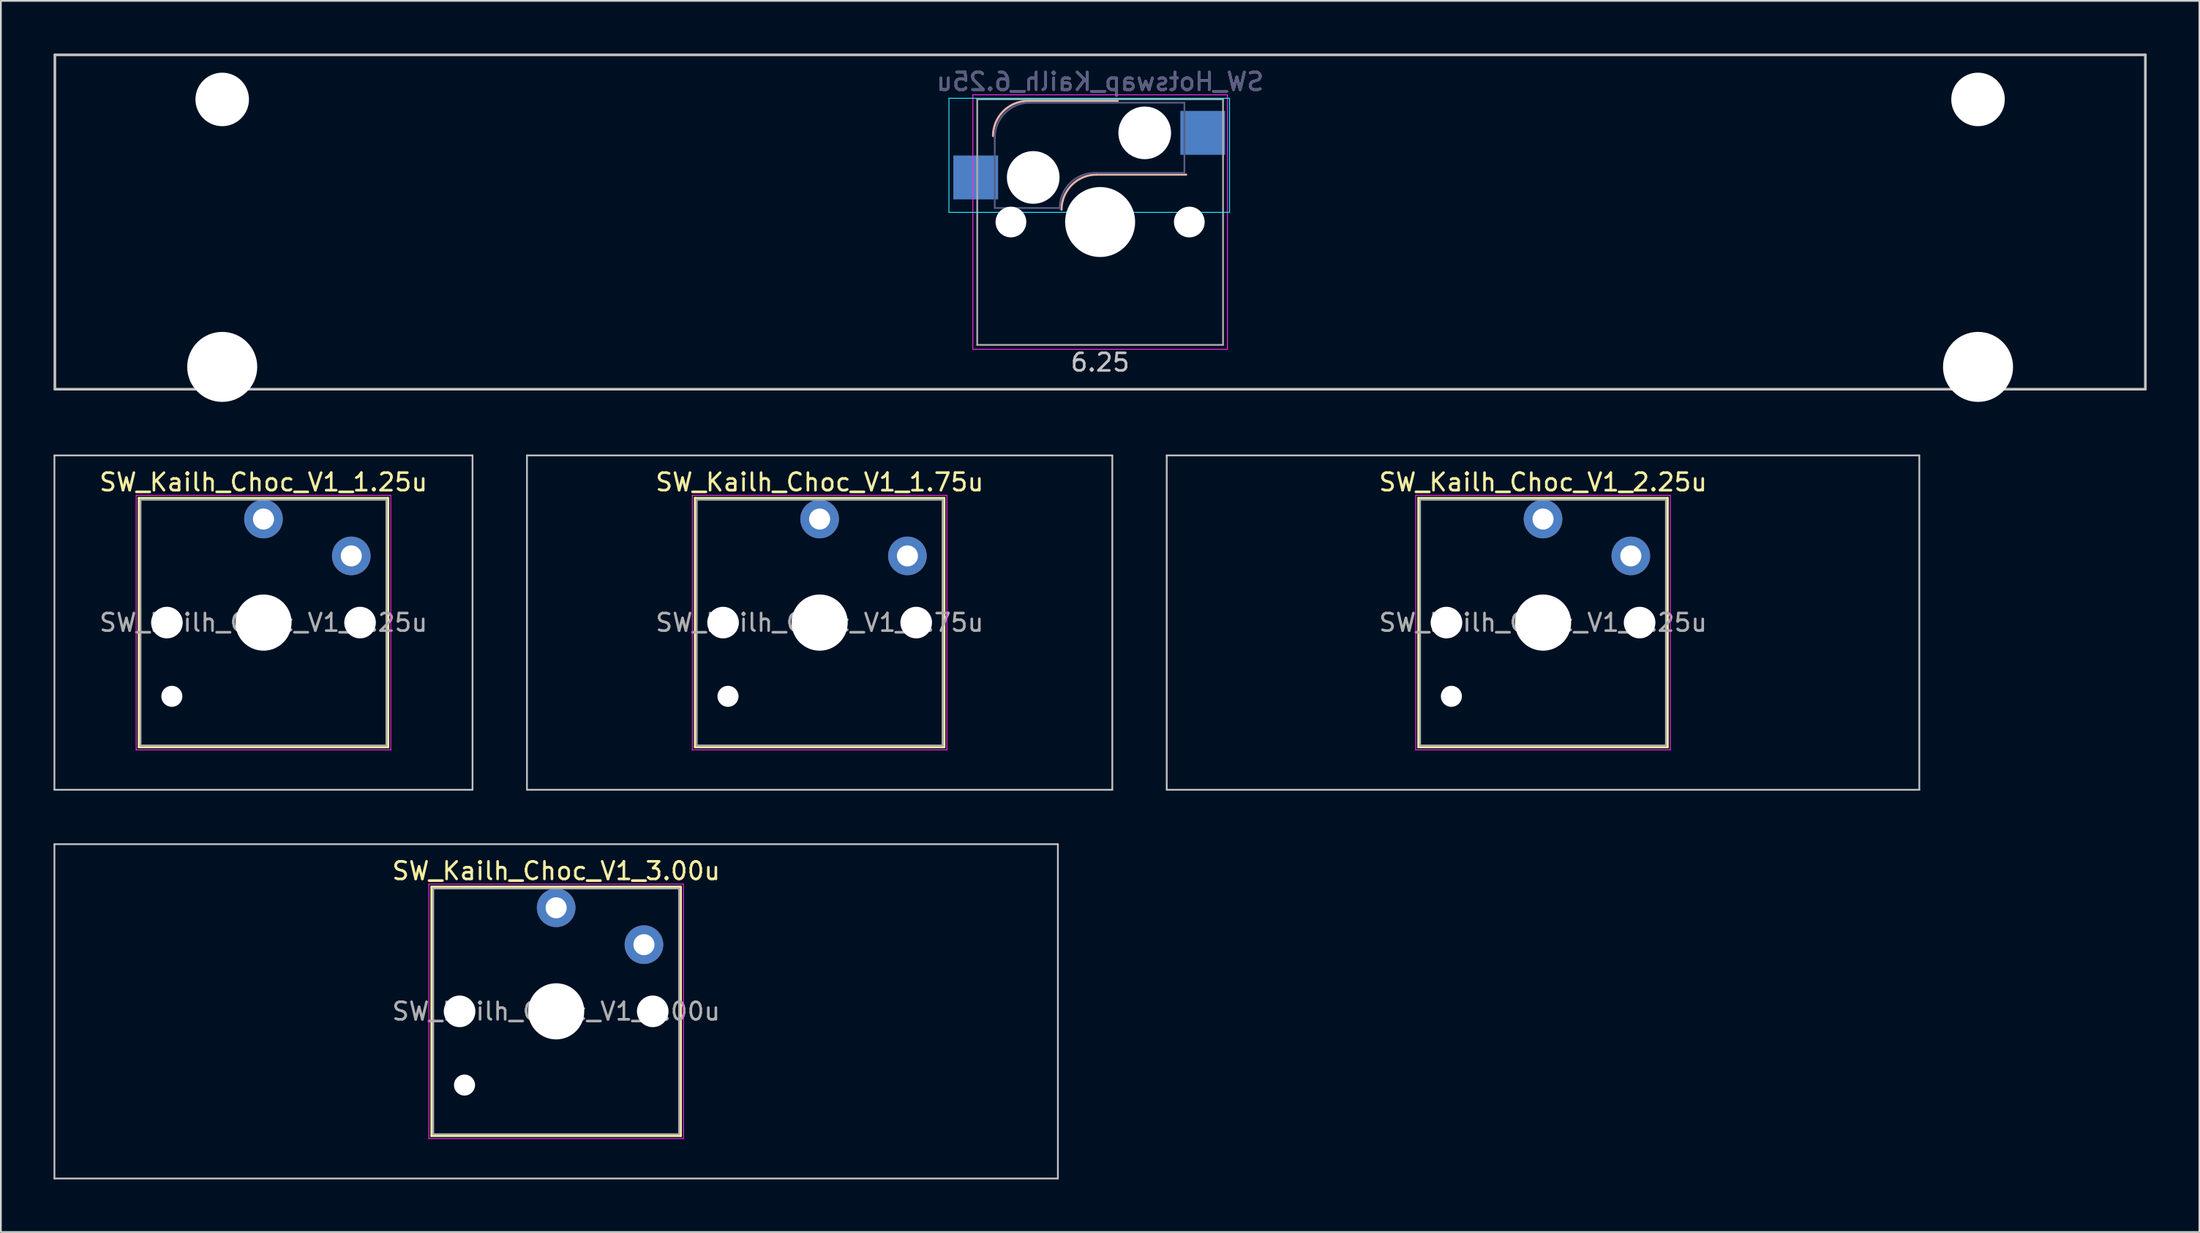
<source format=kicad_pcb>
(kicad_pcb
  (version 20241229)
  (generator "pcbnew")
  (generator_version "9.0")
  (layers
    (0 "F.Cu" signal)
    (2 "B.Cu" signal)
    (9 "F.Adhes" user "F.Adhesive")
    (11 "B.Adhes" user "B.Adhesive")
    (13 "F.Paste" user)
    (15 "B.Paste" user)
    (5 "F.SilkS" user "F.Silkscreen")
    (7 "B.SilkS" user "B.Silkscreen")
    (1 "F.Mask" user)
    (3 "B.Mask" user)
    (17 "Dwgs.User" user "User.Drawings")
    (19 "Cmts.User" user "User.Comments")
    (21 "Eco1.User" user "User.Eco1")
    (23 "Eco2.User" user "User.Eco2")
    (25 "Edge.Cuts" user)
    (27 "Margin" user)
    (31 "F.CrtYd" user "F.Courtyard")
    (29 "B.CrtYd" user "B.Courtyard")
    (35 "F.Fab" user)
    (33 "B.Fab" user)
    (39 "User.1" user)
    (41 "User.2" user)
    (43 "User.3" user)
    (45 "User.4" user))
  (footprint "SW_Kailh_Choc_V1_1.75u"
    (layer "F.Cu")
    (at 43.631 32.424)
    (property "Reference" "SW_Kailh_Choc_V1_1.75u" (at 0 -8 0) (layer "F.SilkS") (effects (font (size 1 1) (thickness 0.15))))
    (attr through_hole)
    (fp_line (start -7.1 -7.1) (end -7.1 7.1) (stroke (width 0.12) (type solid)) (layer "F.SilkS"))
    (fp_line (start -7.1 7.1) (end 7.1 7.1) (stroke (width 0.12) (type solid)) (layer "F.SilkS"))
    (fp_line (start 7.1 -7.1) (end -7.1 -7.1) (stroke (width 0.12) (type solid)) (layer "F.SilkS"))
    (fp_line (start 7.1 7.1) (end 7.1 -7.1) (stroke (width 0.12) (type solid)) (layer "F.SilkS"))
    (fp_line (start -16.669 -9.525) (end -16.669 9.525) (stroke (width 0.1) (type solid)) (layer "Dwgs.User"))
    (fp_line (start -16.669 9.525) (end 16.669 9.525) (stroke (width 0.1) (type solid)) (layer "Dwgs.User"))
    (fp_line (start 16.669 -9.525) (end -16.669 -9.525) (stroke (width 0.1) (type solid)) (layer "Dwgs.User"))
    (fp_line (start 16.669 9.525) (end 16.669 -9.525) (stroke (width 0.1) (type solid)) (layer "Dwgs.User"))
    (fp_line (start -7.25 -7.25) (end -7.25 7.25) (stroke (width 0.05) (type solid)) (layer "F.CrtYd"))
    (fp_line (start -7.25 7.25) (end 7.25 7.25) (stroke (width 0.05) (type solid)) (layer "F.CrtYd"))
    (fp_line (start 7.25 -7.25) (end -7.25 -7.25) (stroke (width 0.05) (type solid)) (layer "F.CrtYd"))
    (fp_line (start 7.25 7.25) (end 7.25 -7.25) (stroke (width 0.05) (type solid)) (layer "F.CrtYd"))
    (fp_line (start -7 -7) (end -7 7) (stroke (width 0.1) (type solid)) (layer "F.Fab"))
    (fp_line (start -7 7) (end 7 7) (stroke (width 0.1) (type solid)) (layer "F.Fab"))
    (fp_line (start 7 -7) (end -7 -7) (stroke (width 0.1) (type solid)) (layer "F.Fab"))
    (fp_line (start 7 7) (end 7 -7) (stroke (width 0.1) (type solid)) (layer "F.Fab"))
    (fp_text user "${REFERENCE}" (at 0 0 0) (layer "F.Fab") (effects (font (size 1 1) (thickness 0.15))))
    (pad "" np_thru_hole circle (at -5.5 0) (size 1.8 1.8) (drill 1.8) (layers "*.Cu" "*.Mask"))
    (pad "" np_thru_hole circle (at -5.22 4.2) (size 1.2 1.2) (drill 1.2) (layers "*.Cu" "*.Mask"))
    (pad "" np_thru_hole circle (at 0 0) (size 3.2 3.2) (drill 3.2) (layers "*.Cu" "*.Mask"))
    (pad "" np_thru_hole circle (at 5.5 0) (size 1.8 1.8) (drill 1.8) (layers "*.Cu" "*.Mask"))
    (pad "1" thru_hole circle (at 0 -5.9) (size 2.2 2.2) (drill 1.2) (layers "*.Cu" "B.Mask"))
    (pad "2" thru_hole circle (at 5 -3.8) (size 2.2 2.2) (drill 1.2) (layers "*.Cu" "B.Mask")))
  (footprint "SW_Kailh_Choc_V1_3.00u"
    (layer "F.Cu")
    (at 28.625 54.574)
    (property "Reference" "SW_Kailh_Choc_V1_3.00u" (at 0 -8 0) (layer "F.SilkS") (effects (font (size 1 1) (thickness 0.15))))
    (attr through_hole)
    (fp_line (start -7.1 -7.1) (end -7.1 7.1) (stroke (width 0.12) (type solid)) (layer "F.SilkS"))
    (fp_line (start -7.1 7.1) (end 7.1 7.1) (stroke (width 0.12) (type solid)) (layer "F.SilkS"))
    (fp_line (start 7.1 -7.1) (end -7.1 -7.1) (stroke (width 0.12) (type solid)) (layer "F.SilkS"))
    (fp_line (start 7.1 7.1) (end 7.1 -7.1) (stroke (width 0.12) (type solid)) (layer "F.SilkS"))
    (fp_line (start -28.575 -9.525) (end -28.575 9.525) (stroke (width 0.1) (type solid)) (layer "Dwgs.User"))
    (fp_line (start -28.575 9.525) (end 28.575 9.525) (stroke (width 0.1) (type solid)) (layer "Dwgs.User"))
    (fp_line (start 28.575 -9.525) (end -28.575 -9.525) (stroke (width 0.1) (type solid)) (layer "Dwgs.User"))
    (fp_line (start 28.575 9.525) (end 28.575 -9.525) (stroke (width 0.1) (type solid)) (layer "Dwgs.User"))
    (fp_line (start -7.25 -7.25) (end -7.25 7.25) (stroke (width 0.05) (type solid)) (layer "F.CrtYd"))
    (fp_line (start -7.25 7.25) (end 7.25 7.25) (stroke (width 0.05) (type solid)) (layer "F.CrtYd"))
    (fp_line (start 7.25 -7.25) (end -7.25 -7.25) (stroke (width 0.05) (type solid)) (layer "F.CrtYd"))
    (fp_line (start 7.25 7.25) (end 7.25 -7.25) (stroke (width 0.05) (type solid)) (layer "F.CrtYd"))
    (fp_line (start -7 -7) (end -7 7) (stroke (width 0.1) (type solid)) (layer "F.Fab"))
    (fp_line (start -7 7) (end 7 7) (stroke (width 0.1) (type solid)) (layer "F.Fab"))
    (fp_line (start 7 -7) (end -7 -7) (stroke (width 0.1) (type solid)) (layer "F.Fab"))
    (fp_line (start 7 7) (end 7 -7) (stroke (width 0.1) (type solid)) (layer "F.Fab"))
    (fp_text user "${REFERENCE}" (at 0 0 0) (layer "F.Fab") (effects (font (size 1 1) (thickness 0.15))))
    (pad "" np_thru_hole circle (at -5.5 0) (size 1.8 1.8) (drill 1.8) (layers "*.Cu" "*.Mask"))
    (pad "" np_thru_hole circle (at -5.22 4.2) (size 1.2 1.2) (drill 1.2) (layers "*.Cu" "*.Mask"))
    (pad "" np_thru_hole circle (at 0 0) (size 3.2 3.2) (drill 3.2) (layers "*.Cu" "*.Mask"))
    (pad "" np_thru_hole circle (at 5.5 0) (size 1.8 1.8) (drill 1.8) (layers "*.Cu" "*.Mask"))
    (pad "1" thru_hole circle (at 0 -5.9) (size 2.2 2.2) (drill 1.2) (layers "*.Cu" "B.Mask"))
    (pad "2" thru_hole circle (at 5 -3.8) (size 2.2 2.2) (drill 1.2) (layers "*.Cu" "B.Mask")))
  (footprint "SW_Hotswap_Kailh_6.25u"
    (layer "F.Cu")
    (at 59.606 9.6)
    (property "Reference" "SW_Hotswap_Kailh_6.25u" (at 0 -8 0) (layer "B.SilkS") (effects (font (size 1 1) (thickness 0.15)) (justify mirror)))
    (attr smd)
    (fp_line (start 1 -6.9) (end -4.1 -6.9) (stroke (width 0.12) (type solid)) (layer "B.SilkS"))
    (fp_line (start 4.9 -2.7) (end -0.2 -2.7) (stroke (width 0.12) (type solid)) (layer "B.SilkS"))
    (fp_arc (start -6.1 -4.9) (mid -5.514214 -6.314214) (end -4.1 -6.9) (stroke (width 0.12) (type solid)) (layer "B.SilkS"))
    (fp_arc (start -2.2 -0.7) (mid -1.614214 -2.114214) (end -0.2 -2.7) (stroke (width 0.12) (type solid)) (layer "B.SilkS"))
    (fp_line (start -59.531 -9.525) (end 59.531 -9.525) (stroke (width 0.15) (type solid)) (layer "Dwgs.User"))
    (fp_line (start -59.531 9.525) (end -59.531 -9.525) (stroke (width 0.15) (type solid)) (layer "Dwgs.User"))
    (fp_line (start 59.531 -9.525) (end 59.531 9.525) (stroke (width 0.15) (type solid)) (layer "Dwgs.User"))
    (fp_line (start 59.531 9.525) (end -59.531 9.525) (stroke (width 0.15) (type solid)) (layer "Dwgs.User"))
    (fp_line (start -8.61 -7.05) (end 7.37 -7.05) (stroke (width 0.05) (type solid)) (layer "B.CrtYd"))
    (fp_line (start -8.61 -0.55) (end -8.61 -7.05) (stroke (width 0.05) (type solid)) (layer "B.CrtYd"))
    (fp_line (start -8.61 -0.55) (end 7.37 -0.55) (stroke (width 0.05) (type solid)) (layer "B.CrtYd"))
    (fp_line (start 7.37 -7.05) (end 7.37 -0.55) (stroke (width 0.05) (type solid)) (layer "B.CrtYd"))
    (fp_line (start -7.25 -7.25) (end 7.25 -7.25) (stroke (width 0.05) (type solid)) (layer "F.CrtYd"))
    (fp_line (start -7.25 7.25) (end -7.25 -7.25) (stroke (width 0.05) (type solid)) (layer "F.CrtYd"))
    (fp_line (start 7.25 -7.25) (end 7.25 7.25) (stroke (width 0.05) (type solid)) (layer "F.CrtYd"))
    (fp_line (start 7.25 7.25) (end -7.25 7.25) (stroke (width 0.05) (type solid)) (layer "F.CrtYd"))
    (fp_line (start -6 -0.8) (end -6 -4.8) (stroke (width 0.1) (type solid)) (layer "B.Fab"))
    (fp_line (start -6 -0.8) (end -2.3 -0.8) (stroke (width 0.1) (type solid)) (layer "B.Fab"))
    (fp_line (start -4 -6.8) (end 4.8 -6.8) (stroke (width 0.1) (type solid)) (layer "B.Fab"))
    (fp_line (start -0.3 -2.8) (end 4.8 -2.8) (stroke (width 0.1) (type solid)) (layer "B.Fab"))
    (fp_line (start 4.8 -6.8) (end 4.8 -2.8) (stroke (width 0.1) (type solid)) (layer "B.Fab"))
    (fp_arc (start -6 -4.8) (mid -5.414214 -6.214214) (end -4 -6.8) (stroke (width 0.1) (type solid)) (layer "B.Fab"))
    (fp_arc (start -2.3 -0.8) (mid -1.714214 -2.214214) (end -0.3 -2.8) (stroke (width 0.1) (type solid)) (layer "B.Fab"))
    (fp_line (start -7 -7) (end 7 -7) (stroke (width 0.1) (type solid)) (layer "F.Fab"))
    (fp_line (start -7 7) (end -7 -7) (stroke (width 0.1) (type solid)) (layer "F.Fab"))
    (fp_line (start 7 -7) (end 7 7) (stroke (width 0.1) (type solid)) (layer "F.Fab"))
    (fp_line (start 7 7) (end -7 7) (stroke (width 0.1) (type solid)) (layer "F.Fab"))
    (fp_text user "6.25" (at 0 8 0) (layer "Dwgs.User") (effects (font (size 1 1) (thickness 0.15))))
    (fp_text user "${REFERENCE}" (at 0 -8 0) (layer "B.Fab") (effects (font (size 1 1) (thickness 0.15)) (justify mirror)))
    (pad "" np_thru_hole circle (at -50 -6.985) (size 3.048 3.048) (drill 3.048) (layers "*.Cu" "*.Mask"))
    (pad "" np_thru_hole circle (at -50 8.255) (size 3.988 3.988) (drill 3.988) (layers "*.Cu" "*.Mask"))
    (pad "" np_thru_hole circle (at -5.08 0 48.1) (size 1.75 1.75) (drill 1.75) (layers "*.Cu" "*.Mask"))
    (pad "" np_thru_hole circle (at -3.81 -2.54) (size 3 3) (drill 3) (layers "*.Cu" "*.Mask"))
    (pad "" np_thru_hole circle (at 0 0) (size 3.988 3.988) (drill 3.988) (layers "*.Cu" "*.Mask"))
    (pad "" np_thru_hole circle (at 2.54 -5.08) (size 3 3) (drill 3) (layers "*.Cu" "*.Mask"))
    (pad "" np_thru_hole circle (at 5.08 0 48.1) (size 1.75 1.75) (drill 1.75) (layers "*.Cu" "*.Mask"))
    (pad "" np_thru_hole circle (at 50 -6.985) (size 3.048 3.048) (drill 3.048) (layers "*.Cu" "*.Mask"))
    (pad "" np_thru_hole circle (at 50 8.255) (size 3.988 3.988) (drill 3.988) (layers "*.Cu" "*.Mask"))
    (pad "1" smd rect (at -7.085 -2.54) (size 2.55 2.5) (layers "B.Cu" "B.Mask" "B.Paste"))
    (pad "2" smd rect (at 5.842 -5.08) (size 2.55 2.5) (layers "B.Cu" "B.Mask" "B.Paste")))
  (footprint "SW_Kailh_Choc_V1_1.25u"
    (layer "F.Cu")
    (at 11.956 32.424)
    (property "Reference" "SW_Kailh_Choc_V1_1.25u" (at 0 -8 0) (layer "F.SilkS") (effects (font (size 1 1) (thickness 0.15))))
    (attr through_hole)
    (fp_line (start -7.1 -7.1) (end -7.1 7.1) (stroke (width 0.12) (type solid)) (layer "F.SilkS"))
    (fp_line (start -7.1 7.1) (end 7.1 7.1) (stroke (width 0.12) (type solid)) (layer "F.SilkS"))
    (fp_line (start 7.1 -7.1) (end -7.1 -7.1) (stroke (width 0.12) (type solid)) (layer "F.SilkS"))
    (fp_line (start 7.1 7.1) (end 7.1 -7.1) (stroke (width 0.12) (type solid)) (layer "F.SilkS"))
    (fp_line (start -11.906 -9.525) (end -11.906 9.525) (stroke (width 0.1) (type solid)) (layer "Dwgs.User"))
    (fp_line (start -11.906 9.525) (end 11.906 9.525) (stroke (width 0.1) (type solid)) (layer "Dwgs.User"))
    (fp_line (start 11.906 -9.525) (end -11.906 -9.525) (stroke (width 0.1) (type solid)) (layer "Dwgs.User"))
    (fp_line (start 11.906 9.525) (end 11.906 -9.525) (stroke (width 0.1) (type solid)) (layer "Dwgs.User"))
    (fp_line (start -7.25 -7.25) (end -7.25 7.25) (stroke (width 0.05) (type solid)) (layer "F.CrtYd"))
    (fp_line (start -7.25 7.25) (end 7.25 7.25) (stroke (width 0.05) (type solid)) (layer "F.CrtYd"))
    (fp_line (start 7.25 -7.25) (end -7.25 -7.25) (stroke (width 0.05) (type solid)) (layer "F.CrtYd"))
    (fp_line (start 7.25 7.25) (end 7.25 -7.25) (stroke (width 0.05) (type solid)) (layer "F.CrtYd"))
    (fp_line (start -7 -7) (end -7 7) (stroke (width 0.1) (type solid)) (layer "F.Fab"))
    (fp_line (start -7 7) (end 7 7) (stroke (width 0.1) (type solid)) (layer "F.Fab"))
    (fp_line (start 7 -7) (end -7 -7) (stroke (width 0.1) (type solid)) (layer "F.Fab"))
    (fp_line (start 7 7) (end 7 -7) (stroke (width 0.1) (type solid)) (layer "F.Fab"))
    (fp_text user "${REFERENCE}" (at 0 0 0) (layer "F.Fab") (effects (font (size 1 1) (thickness 0.15))))
    (pad "" np_thru_hole circle (at -5.5 0) (size 1.8 1.8) (drill 1.8) (layers "*.Cu" "*.Mask"))
    (pad "" np_thru_hole circle (at -5.22 4.2) (size 1.2 1.2) (drill 1.2) (layers "*.Cu" "*.Mask"))
    (pad "" np_thru_hole circle (at 0 0) (size 3.2 3.2) (drill 3.2) (layers "*.Cu" "*.Mask"))
    (pad "" np_thru_hole circle (at 5.5 0) (size 1.8 1.8) (drill 1.8) (layers "*.Cu" "*.Mask"))
    (pad "1" thru_hole circle (at 0 -5.9) (size 2.2 2.2) (drill 1.2) (layers "*.Cu" "B.Mask"))
    (pad "2" thru_hole circle (at 5 -3.8) (size 2.2 2.2) (drill 1.2) (layers "*.Cu" "B.Mask")))
  (footprint "SW_Kailh_Choc_V1_2.25u"
    (layer "F.Cu")
    (at 84.831 32.424)
    (property "Reference" "SW_Kailh_Choc_V1_2.25u" (at 0 -8 0) (layer "F.SilkS") (effects (font (size 1 1) (thickness 0.15))))
    (attr through_hole)
    (fp_line (start -7.1 -7.1) (end -7.1 7.1) (stroke (width 0.12) (type solid)) (layer "F.SilkS"))
    (fp_line (start -7.1 7.1) (end 7.1 7.1) (stroke (width 0.12) (type solid)) (layer "F.SilkS"))
    (fp_line (start 7.1 -7.1) (end -7.1 -7.1) (stroke (width 0.12) (type solid)) (layer "F.SilkS"))
    (fp_line (start 7.1 7.1) (end 7.1 -7.1) (stroke (width 0.12) (type solid)) (layer "F.SilkS"))
    (fp_line (start -21.431 -9.525) (end -21.431 9.525) (stroke (width 0.1) (type solid)) (layer "Dwgs.User"))
    (fp_line (start -21.431 9.525) (end 21.431 9.525) (stroke (width 0.1) (type solid)) (layer "Dwgs.User"))
    (fp_line (start 21.431 -9.525) (end -21.431 -9.525) (stroke (width 0.1) (type solid)) (layer "Dwgs.User"))
    (fp_line (start 21.431 9.525) (end 21.431 -9.525) (stroke (width 0.1) (type solid)) (layer "Dwgs.User"))
    (fp_line (start -7.25 -7.25) (end -7.25 7.25) (stroke (width 0.05) (type solid)) (layer "F.CrtYd"))
    (fp_line (start -7.25 7.25) (end 7.25 7.25) (stroke (width 0.05) (type solid)) (layer "F.CrtYd"))
    (fp_line (start 7.25 -7.25) (end -7.25 -7.25) (stroke (width 0.05) (type solid)) (layer "F.CrtYd"))
    (fp_line (start 7.25 7.25) (end 7.25 -7.25) (stroke (width 0.05) (type solid)) (layer "F.CrtYd"))
    (fp_line (start -7 -7) (end -7 7) (stroke (width 0.1) (type solid)) (layer "F.Fab"))
    (fp_line (start -7 7) (end 7 7) (stroke (width 0.1) (type solid)) (layer "F.Fab"))
    (fp_line (start 7 -7) (end -7 -7) (stroke (width 0.1) (type solid)) (layer "F.Fab"))
    (fp_line (start 7 7) (end 7 -7) (stroke (width 0.1) (type solid)) (layer "F.Fab"))
    (fp_text user "${REFERENCE}" (at 0 0 0) (layer "F.Fab") (effects (font (size 1 1) (thickness 0.15))))
    (pad "" np_thru_hole circle (at -5.5 0) (size 1.8 1.8) (drill 1.8) (layers "*.Cu" "*.Mask"))
    (pad "" np_thru_hole circle (at -5.22 4.2) (size 1.2 1.2) (drill 1.2) (layers "*.Cu" "*.Mask"))
    (pad "" np_thru_hole circle (at 0 0) (size 3.2 3.2) (drill 3.2) (layers "*.Cu" "*.Mask"))
    (pad "" np_thru_hole circle (at 5.5 0) (size 1.8 1.8) (drill 1.8) (layers "*.Cu" "*.Mask"))
    (pad "1" thru_hole circle (at 0 -5.9) (size 2.2 2.2) (drill 1.2) (layers "*.Cu" "B.Mask"))
    (pad "2" thru_hole circle (at 5 -3.8) (size 2.2 2.2) (drill 1.2) (layers "*.Cu" "B.Mask")))
  (gr_rect
    (start -3 -3)
    (end 122.213 67.149)
    (stroke (width 0.1) (type default))
    (fill no)
    (layer "Edge.Cuts")))
</source>
